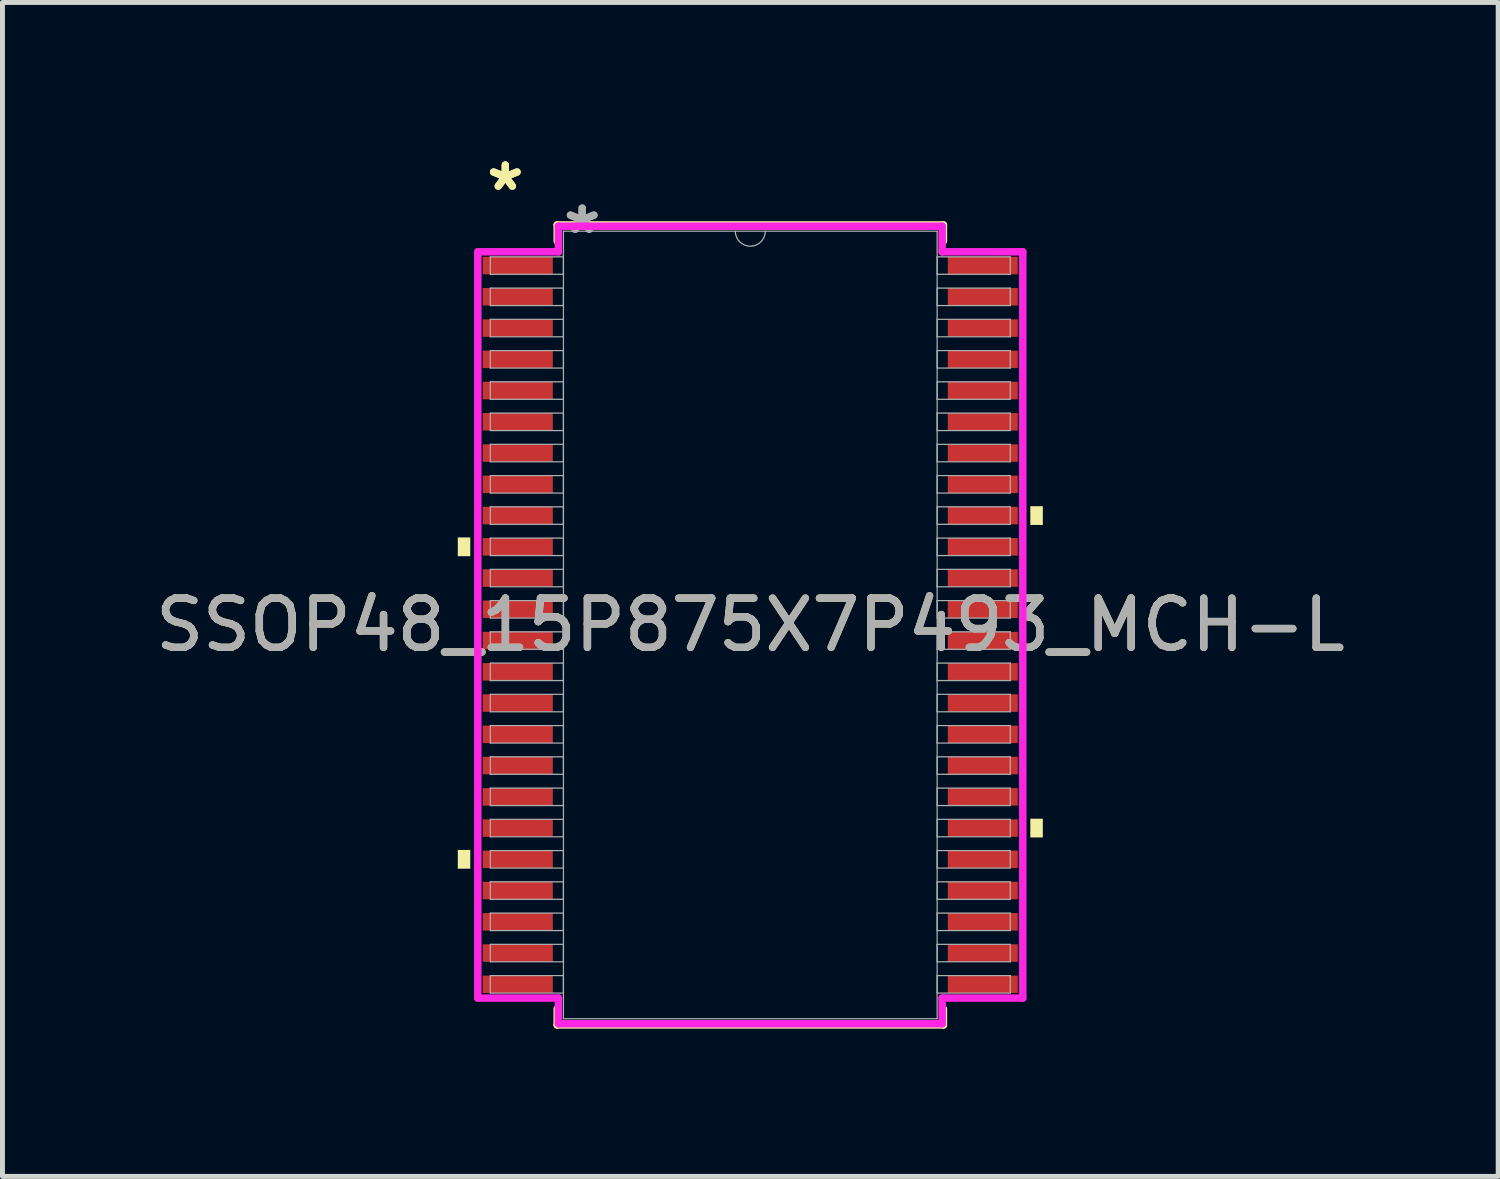
<source format=kicad_pcb>
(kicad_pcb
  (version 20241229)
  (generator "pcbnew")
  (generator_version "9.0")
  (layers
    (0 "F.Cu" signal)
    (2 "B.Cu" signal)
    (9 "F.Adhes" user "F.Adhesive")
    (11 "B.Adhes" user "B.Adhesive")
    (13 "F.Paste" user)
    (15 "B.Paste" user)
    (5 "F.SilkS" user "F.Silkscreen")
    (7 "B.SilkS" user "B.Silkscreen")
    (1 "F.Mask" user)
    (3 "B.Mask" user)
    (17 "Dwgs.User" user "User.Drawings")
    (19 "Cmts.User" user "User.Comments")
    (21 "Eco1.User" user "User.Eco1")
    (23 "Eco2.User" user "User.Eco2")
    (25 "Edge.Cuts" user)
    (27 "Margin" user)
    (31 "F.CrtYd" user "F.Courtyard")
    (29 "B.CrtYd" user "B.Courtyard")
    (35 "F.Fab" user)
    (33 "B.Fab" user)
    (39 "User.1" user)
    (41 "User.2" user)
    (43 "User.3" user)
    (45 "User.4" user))
  (footprint "SSOP48_15P875X7P493_MCH-L"
    (layer "F.Cu")
    (at 12.196 9.649)
    (property "Reference" "SSOP48_15P875X7P493_MCH-L" (at 0 0 0) (unlocked yes) (layer "F.SilkS") (effects (font (size 1 1) (thickness 0.15))))
    (attr smd)
    (fp_line (start -3.924 -8.128) (end -3.924 -7.801) (stroke (width 0.152) (type solid)) (layer "F.SilkS"))
    (fp_line (start -3.924 7.801) (end -3.924 8.128) (stroke (width 0.152) (type solid)) (layer "F.SilkS"))
    (fp_line (start -3.924 8.128) (end 3.924 8.128) (stroke (width 0.152) (type solid)) (layer "F.SilkS"))
    (fp_line (start 3.924 -8.128) (end -3.924 -8.128) (stroke (width 0.152) (type solid)) (layer "F.SilkS"))
    (fp_line (start 3.924 -7.801) (end 3.924 -8.128) (stroke (width 0.152) (type solid)) (layer "F.SilkS"))
    (fp_line (start 3.924 8.128) (end 3.924 7.801) (stroke (width 0.152) (type solid)) (layer "F.SilkS"))
    (fp_poly (pts (xy -5.944 -1.778) (xy -5.944 -1.397) (xy -5.69 -1.397) (xy -5.69 -1.778)) (stroke (width 0) (type solid)) (fill yes) (layer "F.SilkS"))
    (fp_poly (pts (xy -5.944 4.572) (xy -5.944 4.953) (xy -5.69 4.953) (xy -5.69 4.572)) (stroke (width 0) (type solid)) (fill yes) (layer "F.SilkS"))
    (fp_poly (pts (xy 5.944 -2.413) (xy 5.944 -2.032) (xy 5.69 -2.032) (xy 5.69 -2.413)) (stroke (width 0) (type solid)) (fill yes) (layer "F.SilkS"))
    (fp_poly (pts (xy 5.944 3.937) (xy 5.944 4.318) (xy 5.69 4.318) (xy 5.69 3.937)) (stroke (width 0) (type solid)) (fill yes) (layer "F.SilkS"))
    (fp_line (start -5.537 -7.582) (end -3.899 -7.582) (stroke (width 0.152) (type solid)) (layer "F.CrtYd"))
    (fp_line (start -5.537 7.582) (end -5.537 -7.582) (stroke (width 0.152) (type solid)) (layer "F.CrtYd"))
    (fp_line (start -5.537 7.582) (end -3.899 7.582) (stroke (width 0.152) (type solid)) (layer "F.CrtYd"))
    (fp_line (start -3.899 -8.103) (end 3.899 -8.103) (stroke (width 0.152) (type solid)) (layer "F.CrtYd"))
    (fp_line (start -3.899 -7.582) (end -3.899 -8.103) (stroke (width 0.152) (type solid)) (layer "F.CrtYd"))
    (fp_line (start -3.899 8.103) (end -3.899 7.582) (stroke (width 0.152) (type solid)) (layer "F.CrtYd"))
    (fp_line (start 3.899 -8.103) (end 3.899 -7.582) (stroke (width 0.152) (type solid)) (layer "F.CrtYd"))
    (fp_line (start 3.899 7.582) (end 3.899 8.103) (stroke (width 0.152) (type solid)) (layer "F.CrtYd"))
    (fp_line (start 3.899 8.103) (end -3.899 8.103) (stroke (width 0.152) (type solid)) (layer "F.CrtYd"))
    (fp_line (start 5.537 -7.582) (end 3.899 -7.582) (stroke (width 0.152) (type solid)) (layer "F.CrtYd"))
    (fp_line (start 5.537 -7.582) (end 5.537 7.582) (stroke (width 0.152) (type solid)) (layer "F.CrtYd"))
    (fp_line (start 5.537 7.582) (end 3.899 7.582) (stroke (width 0.152) (type solid)) (layer "F.CrtYd"))
    (fp_line (start -5.283 -7.48) (end -5.283 -7.125) (stroke (width 0.025) (type solid)) (layer "F.Fab"))
    (fp_line (start -5.283 -7.125) (end -3.797 -7.125) (stroke (width 0.025) (type solid)) (layer "F.Fab"))
    (fp_line (start -5.283 -6.845) (end -5.283 -6.49) (stroke (width 0.025) (type solid)) (layer "F.Fab"))
    (fp_line (start -5.283 -6.49) (end -3.797 -6.49) (stroke (width 0.025) (type solid)) (layer "F.Fab"))
    (fp_line (start -5.283 -6.21) (end -5.283 -5.855) (stroke (width 0.025) (type solid)) (layer "F.Fab"))
    (fp_line (start -5.283 -5.855) (end -3.797 -5.855) (stroke (width 0.025) (type solid)) (layer "F.Fab"))
    (fp_line (start -5.283 -5.575) (end -5.283 -5.22) (stroke (width 0.025) (type solid)) (layer "F.Fab"))
    (fp_line (start -5.283 -5.22) (end -3.797 -5.22) (stroke (width 0.025) (type solid)) (layer "F.Fab"))
    (fp_line (start -5.283 -4.94) (end -5.283 -4.585) (stroke (width 0.025) (type solid)) (layer "F.Fab"))
    (fp_line (start -5.283 -4.585) (end -3.797 -4.585) (stroke (width 0.025) (type solid)) (layer "F.Fab"))
    (fp_line (start -5.283 -4.305) (end -5.283 -3.95) (stroke (width 0.025) (type solid)) (layer "F.Fab"))
    (fp_line (start -5.283 -3.95) (end -3.797 -3.95) (stroke (width 0.025) (type solid)) (layer "F.Fab"))
    (fp_line (start -5.283 -3.67) (end -5.283 -3.315) (stroke (width 0.025) (type solid)) (layer "F.Fab"))
    (fp_line (start -5.283 -3.315) (end -3.797 -3.315) (stroke (width 0.025) (type solid)) (layer "F.Fab"))
    (fp_line (start -5.283 -3.035) (end -5.283 -2.68) (stroke (width 0.025) (type solid)) (layer "F.Fab"))
    (fp_line (start -5.283 -2.68) (end -3.797 -2.68) (stroke (width 0.025) (type solid)) (layer "F.Fab"))
    (fp_line (start -5.283 -2.4) (end -5.283 -2.045) (stroke (width 0.025) (type solid)) (layer "F.Fab"))
    (fp_line (start -5.283 -2.045) (end -3.797 -2.045) (stroke (width 0.025) (type solid)) (layer "F.Fab"))
    (fp_line (start -5.283 -1.765) (end -5.283 -1.41) (stroke (width 0.025) (type solid)) (layer "F.Fab"))
    (fp_line (start -5.283 -1.41) (end -3.797 -1.41) (stroke (width 0.025) (type solid)) (layer "F.Fab"))
    (fp_line (start -5.283 -1.13) (end -5.283 -0.775) (stroke (width 0.025) (type solid)) (layer "F.Fab"))
    (fp_line (start -5.283 -0.775) (end -3.797 -0.775) (stroke (width 0.025) (type solid)) (layer "F.Fab"))
    (fp_line (start -5.283 -0.495) (end -5.283 -0.14) (stroke (width 0.025) (type solid)) (layer "F.Fab"))
    (fp_line (start -5.283 -0.14) (end -3.797 -0.14) (stroke (width 0.025) (type solid)) (layer "F.Fab"))
    (fp_line (start -5.283 0.14) (end -5.283 0.495) (stroke (width 0.025) (type solid)) (layer "F.Fab"))
    (fp_line (start -5.283 0.495) (end -3.797 0.495) (stroke (width 0.025) (type solid)) (layer "F.Fab"))
    (fp_line (start -5.283 0.775) (end -5.283 1.13) (stroke (width 0.025) (type solid)) (layer "F.Fab"))
    (fp_line (start -5.283 1.13) (end -3.797 1.13) (stroke (width 0.025) (type solid)) (layer "F.Fab"))
    (fp_line (start -5.283 1.41) (end -5.283 1.765) (stroke (width 0.025) (type solid)) (layer "F.Fab"))
    (fp_line (start -5.283 1.765) (end -3.797 1.765) (stroke (width 0.025) (type solid)) (layer "F.Fab"))
    (fp_line (start -5.283 2.045) (end -5.283 2.4) (stroke (width 0.025) (type solid)) (layer "F.Fab"))
    (fp_line (start -5.283 2.4) (end -3.797 2.4) (stroke (width 0.025) (type solid)) (layer "F.Fab"))
    (fp_line (start -5.283 2.68) (end -5.283 3.035) (stroke (width 0.025) (type solid)) (layer "F.Fab"))
    (fp_line (start -5.283 3.035) (end -3.797 3.035) (stroke (width 0.025) (type solid)) (layer "F.Fab"))
    (fp_line (start -5.283 3.315) (end -5.283 3.67) (stroke (width 0.025) (type solid)) (layer "F.Fab"))
    (fp_line (start -5.283 3.67) (end -3.797 3.67) (stroke (width 0.025) (type solid)) (layer "F.Fab"))
    (fp_line (start -5.283 3.95) (end -5.283 4.305) (stroke (width 0.025) (type solid)) (layer "F.Fab"))
    (fp_line (start -5.283 4.305) (end -3.797 4.305) (stroke (width 0.025) (type solid)) (layer "F.Fab"))
    (fp_line (start -5.283 4.585) (end -5.283 4.94) (stroke (width 0.025) (type solid)) (layer "F.Fab"))
    (fp_line (start -5.283 4.94) (end -3.797 4.94) (stroke (width 0.025) (type solid)) (layer "F.Fab"))
    (fp_line (start -5.283 5.22) (end -5.283 5.575) (stroke (width 0.025) (type solid)) (layer "F.Fab"))
    (fp_line (start -5.283 5.575) (end -3.797 5.575) (stroke (width 0.025) (type solid)) (layer "F.Fab"))
    (fp_line (start -5.283 5.855) (end -5.283 6.21) (stroke (width 0.025) (type solid)) (layer "F.Fab"))
    (fp_line (start -5.283 6.21) (end -3.797 6.21) (stroke (width 0.025) (type solid)) (layer "F.Fab"))
    (fp_line (start -5.283 6.49) (end -5.283 6.845) (stroke (width 0.025) (type solid)) (layer "F.Fab"))
    (fp_line (start -5.283 6.845) (end -3.797 6.845) (stroke (width 0.025) (type solid)) (layer "F.Fab"))
    (fp_line (start -5.283 7.125) (end -5.283 7.48) (stroke (width 0.025) (type solid)) (layer "F.Fab"))
    (fp_line (start -5.283 7.48) (end -3.797 7.48) (stroke (width 0.025) (type solid)) (layer "F.Fab"))
    (fp_line (start -3.797 -8.001) (end -3.797 8.001) (stroke (width 0.025) (type solid)) (layer "F.Fab"))
    (fp_line (start -3.797 -7.48) (end -5.283 -7.48) (stroke (width 0.025) (type solid)) (layer "F.Fab"))
    (fp_line (start -3.797 -7.125) (end -3.797 -7.48) (stroke (width 0.025) (type solid)) (layer "F.Fab"))
    (fp_line (start -3.797 -6.845) (end -5.283 -6.845) (stroke (width 0.025) (type solid)) (layer "F.Fab"))
    (fp_line (start -3.797 -6.49) (end -3.797 -6.845) (stroke (width 0.025) (type solid)) (layer "F.Fab"))
    (fp_line (start -3.797 -6.21) (end -5.283 -6.21) (stroke (width 0.025) (type solid)) (layer "F.Fab"))
    (fp_line (start -3.797 -5.855) (end -3.797 -6.21) (stroke (width 0.025) (type solid)) (layer "F.Fab"))
    (fp_line (start -3.797 -5.575) (end -5.283 -5.575) (stroke (width 0.025) (type solid)) (layer "F.Fab"))
    (fp_line (start -3.797 -5.22) (end -3.797 -5.575) (stroke (width 0.025) (type solid)) (layer "F.Fab"))
    (fp_line (start -3.797 -4.94) (end -5.283 -4.94) (stroke (width 0.025) (type solid)) (layer "F.Fab"))
    (fp_line (start -3.797 -4.585) (end -3.797 -4.94) (stroke (width 0.025) (type solid)) (layer "F.Fab"))
    (fp_line (start -3.797 -4.305) (end -5.283 -4.305) (stroke (width 0.025) (type solid)) (layer "F.Fab"))
    (fp_line (start -3.797 -3.95) (end -3.797 -4.305) (stroke (width 0.025) (type solid)) (layer "F.Fab"))
    (fp_line (start -3.797 -3.67) (end -5.283 -3.67) (stroke (width 0.025) (type solid)) (layer "F.Fab"))
    (fp_line (start -3.797 -3.315) (end -3.797 -3.67) (stroke (width 0.025) (type solid)) (layer "F.Fab"))
    (fp_line (start -3.797 -3.035) (end -5.283 -3.035) (stroke (width 0.025) (type solid)) (layer "F.Fab"))
    (fp_line (start -3.797 -2.68) (end -3.797 -3.035) (stroke (width 0.025) (type solid)) (layer "F.Fab"))
    (fp_line (start -3.797 -2.4) (end -5.283 -2.4) (stroke (width 0.025) (type solid)) (layer "F.Fab"))
    (fp_line (start -3.797 -2.045) (end -3.797 -2.4) (stroke (width 0.025) (type solid)) (layer "F.Fab"))
    (fp_line (start -3.797 -1.765) (end -5.283 -1.765) (stroke (width 0.025) (type solid)) (layer "F.Fab"))
    (fp_line (start -3.797 -1.41) (end -3.797 -1.765) (stroke (width 0.025) (type solid)) (layer "F.Fab"))
    (fp_line (start -3.797 -1.13) (end -5.283 -1.13) (stroke (width 0.025) (type solid)) (layer "F.Fab"))
    (fp_line (start -3.797 -0.775) (end -3.797 -1.13) (stroke (width 0.025) (type solid)) (layer "F.Fab"))
    (fp_line (start -3.797 -0.495) (end -5.283 -0.495) (stroke (width 0.025) (type solid)) (layer "F.Fab"))
    (fp_line (start -3.797 -0.14) (end -3.797 -0.495) (stroke (width 0.025) (type solid)) (layer "F.Fab"))
    (fp_line (start -3.797 0.14) (end -5.283 0.14) (stroke (width 0.025) (type solid)) (layer "F.Fab"))
    (fp_line (start -3.797 0.495) (end -3.797 0.14) (stroke (width 0.025) (type solid)) (layer "F.Fab"))
    (fp_line (start -3.797 0.775) (end -5.283 0.775) (stroke (width 0.025) (type solid)) (layer "F.Fab"))
    (fp_line (start -3.797 1.13) (end -3.797 0.775) (stroke (width 0.025) (type solid)) (layer "F.Fab"))
    (fp_line (start -3.797 1.41) (end -5.283 1.41) (stroke (width 0.025) (type solid)) (layer "F.Fab"))
    (fp_line (start -3.797 1.765) (end -3.797 1.41) (stroke (width 0.025) (type solid)) (layer "F.Fab"))
    (fp_line (start -3.797 2.045) (end -5.283 2.045) (stroke (width 0.025) (type solid)) (layer "F.Fab"))
    (fp_line (start -3.797 2.4) (end -3.797 2.045) (stroke (width 0.025) (type solid)) (layer "F.Fab"))
    (fp_line (start -3.797 2.68) (end -5.283 2.68) (stroke (width 0.025) (type solid)) (layer "F.Fab"))
    (fp_line (start -3.797 3.035) (end -3.797 2.68) (stroke (width 0.025) (type solid)) (layer "F.Fab"))
    (fp_line (start -3.797 3.315) (end -5.283 3.315) (stroke (width 0.025) (type solid)) (layer "F.Fab"))
    (fp_line (start -3.797 3.67) (end -3.797 3.315) (stroke (width 0.025) (type solid)) (layer "F.Fab"))
    (fp_line (start -3.797 3.95) (end -5.283 3.95) (stroke (width 0.025) (type solid)) (layer "F.Fab"))
    (fp_line (start -3.797 4.305) (end -3.797 3.95) (stroke (width 0.025) (type solid)) (layer "F.Fab"))
    (fp_line (start -3.797 4.585) (end -5.283 4.585) (stroke (width 0.025) (type solid)) (layer "F.Fab"))
    (fp_line (start -3.797 4.94) (end -3.797 4.585) (stroke (width 0.025) (type solid)) (layer "F.Fab"))
    (fp_line (start -3.797 5.22) (end -5.283 5.22) (stroke (width 0.025) (type solid)) (layer "F.Fab"))
    (fp_line (start -3.797 5.575) (end -3.797 5.22) (stroke (width 0.025) (type solid)) (layer "F.Fab"))
    (fp_line (start -3.797 5.855) (end -5.283 5.855) (stroke (width 0.025) (type solid)) (layer "F.Fab"))
    (fp_line (start -3.797 6.21) (end -3.797 5.855) (stroke (width 0.025) (type solid)) (layer "F.Fab"))
    (fp_line (start -3.797 6.49) (end -5.283 6.49) (stroke (width 0.025) (type solid)) (layer "F.Fab"))
    (fp_line (start -3.797 6.845) (end -3.797 6.49) (stroke (width 0.025) (type solid)) (layer "F.Fab"))
    (fp_line (start -3.797 7.125) (end -5.283 7.125) (stroke (width 0.025) (type solid)) (layer "F.Fab"))
    (fp_line (start -3.797 7.48) (end -3.797 7.125) (stroke (width 0.025) (type solid)) (layer "F.Fab"))
    (fp_line (start -3.797 8.001) (end 3.797 8.001) (stroke (width 0.025) (type solid)) (layer "F.Fab"))
    (fp_line (start 3.797 -8.001) (end -3.797 -8.001) (stroke (width 0.025) (type solid)) (layer "F.Fab"))
    (fp_line (start 3.797 -7.48) (end 3.797 -7.125) (stroke (width 0.025) (type solid)) (layer "F.Fab"))
    (fp_line (start 3.797 -7.125) (end 5.283 -7.125) (stroke (width 0.025) (type solid)) (layer "F.Fab"))
    (fp_line (start 3.797 -6.845) (end 3.797 -6.49) (stroke (width 0.025) (type solid)) (layer "F.Fab"))
    (fp_line (start 3.797 -6.49) (end 5.283 -6.49) (stroke (width 0.025) (type solid)) (layer "F.Fab"))
    (fp_line (start 3.797 -6.21) (end 3.797 -5.855) (stroke (width 0.025) (type solid)) (layer "F.Fab"))
    (fp_line (start 3.797 -5.855) (end 5.283 -5.855) (stroke (width 0.025) (type solid)) (layer "F.Fab"))
    (fp_line (start 3.797 -5.575) (end 3.797 -5.22) (stroke (width 0.025) (type solid)) (layer "F.Fab"))
    (fp_line (start 3.797 -5.22) (end 5.283 -5.22) (stroke (width 0.025) (type solid)) (layer "F.Fab"))
    (fp_line (start 3.797 -4.94) (end 3.797 -4.585) (stroke (width 0.025) (type solid)) (layer "F.Fab"))
    (fp_line (start 3.797 -4.585) (end 5.283 -4.585) (stroke (width 0.025) (type solid)) (layer "F.Fab"))
    (fp_line (start 3.797 -4.305) (end 3.797 -3.95) (stroke (width 0.025) (type solid)) (layer "F.Fab"))
    (fp_line (start 3.797 -3.95) (end 5.283 -3.95) (stroke (width 0.025) (type solid)) (layer "F.Fab"))
    (fp_line (start 3.797 -3.67) (end 3.797 -3.315) (stroke (width 0.025) (type solid)) (layer "F.Fab"))
    (fp_line (start 3.797 -3.315) (end 5.283 -3.315) (stroke (width 0.025) (type solid)) (layer "F.Fab"))
    (fp_line (start 3.797 -3.035) (end 3.797 -2.68) (stroke (width 0.025) (type solid)) (layer "F.Fab"))
    (fp_line (start 3.797 -2.68) (end 5.283 -2.68) (stroke (width 0.025) (type solid)) (layer "F.Fab"))
    (fp_line (start 3.797 -2.4) (end 3.797 -2.045) (stroke (width 0.025) (type solid)) (layer "F.Fab"))
    (fp_line (start 3.797 -2.045) (end 5.283 -2.045) (stroke (width 0.025) (type solid)) (layer "F.Fab"))
    (fp_line (start 3.797 -1.765) (end 3.797 -1.41) (stroke (width 0.025) (type solid)) (layer "F.Fab"))
    (fp_line (start 3.797 -1.41) (end 5.283 -1.41) (stroke (width 0.025) (type solid)) (layer "F.Fab"))
    (fp_line (start 3.797 -1.13) (end 3.797 -0.775) (stroke (width 0.025) (type solid)) (layer "F.Fab"))
    (fp_line (start 3.797 -0.775) (end 5.283 -0.775) (stroke (width 0.025) (type solid)) (layer "F.Fab"))
    (fp_line (start 3.797 -0.495) (end 3.797 -0.14) (stroke (width 0.025) (type solid)) (layer "F.Fab"))
    (fp_line (start 3.797 -0.14) (end 5.283 -0.14) (stroke (width 0.025) (type solid)) (layer "F.Fab"))
    (fp_line (start 3.797 0.14) (end 3.797 0.495) (stroke (width 0.025) (type solid)) (layer "F.Fab"))
    (fp_line (start 3.797 0.495) (end 5.283 0.495) (stroke (width 0.025) (type solid)) (layer "F.Fab"))
    (fp_line (start 3.797 0.775) (end 3.797 1.13) (stroke (width 0.025) (type solid)) (layer "F.Fab"))
    (fp_line (start 3.797 1.13) (end 5.283 1.13) (stroke (width 0.025) (type solid)) (layer "F.Fab"))
    (fp_line (start 3.797 1.41) (end 3.797 1.765) (stroke (width 0.025) (type solid)) (layer "F.Fab"))
    (fp_line (start 3.797 1.765) (end 5.283 1.765) (stroke (width 0.025) (type solid)) (layer "F.Fab"))
    (fp_line (start 3.797 2.045) (end 3.797 2.4) (stroke (width 0.025) (type solid)) (layer "F.Fab"))
    (fp_line (start 3.797 2.4) (end 5.283 2.4) (stroke (width 0.025) (type solid)) (layer "F.Fab"))
    (fp_line (start 3.797 2.68) (end 3.797 3.035) (stroke (width 0.025) (type solid)) (layer "F.Fab"))
    (fp_line (start 3.797 3.035) (end 5.283 3.035) (stroke (width 0.025) (type solid)) (layer "F.Fab"))
    (fp_line (start 3.797 3.315) (end 3.797 3.67) (stroke (width 0.025) (type solid)) (layer "F.Fab"))
    (fp_line (start 3.797 3.67) (end 5.283 3.67) (stroke (width 0.025) (type solid)) (layer "F.Fab"))
    (fp_line (start 3.797 3.95) (end 3.797 4.305) (stroke (width 0.025) (type solid)) (layer "F.Fab"))
    (fp_line (start 3.797 4.305) (end 5.283 4.305) (stroke (width 0.025) (type solid)) (layer "F.Fab"))
    (fp_line (start 3.797 4.585) (end 3.797 4.94) (stroke (width 0.025) (type solid)) (layer "F.Fab"))
    (fp_line (start 3.797 4.94) (end 5.283 4.94) (stroke (width 0.025) (type solid)) (layer "F.Fab"))
    (fp_line (start 3.797 5.22) (end 3.797 5.575) (stroke (width 0.025) (type solid)) (layer "F.Fab"))
    (fp_line (start 3.797 5.575) (end 5.283 5.575) (stroke (width 0.025) (type solid)) (layer "F.Fab"))
    (fp_line (start 3.797 5.855) (end 3.797 6.21) (stroke (width 0.025) (type solid)) (layer "F.Fab"))
    (fp_line (start 3.797 6.21) (end 5.283 6.21) (stroke (width 0.025) (type solid)) (layer "F.Fab"))
    (fp_line (start 3.797 6.49) (end 3.797 6.845) (stroke (width 0.025) (type solid)) (layer "F.Fab"))
    (fp_line (start 3.797 6.845) (end 5.283 6.845) (stroke (width 0.025) (type solid)) (layer "F.Fab"))
    (fp_line (start 3.797 7.125) (end 3.797 7.48) (stroke (width 0.025) (type solid)) (layer "F.Fab"))
    (fp_line (start 3.797 7.48) (end 5.283 7.48) (stroke (width 0.025) (type solid)) (layer "F.Fab"))
    (fp_line (start 3.797 8.001) (end 3.797 -8.001) (stroke (width 0.025) (type solid)) (layer "F.Fab"))
    (fp_line (start 5.283 -7.48) (end 3.797 -7.48) (stroke (width 0.025) (type solid)) (layer "F.Fab"))
    (fp_line (start 5.283 -7.125) (end 5.283 -7.48) (stroke (width 0.025) (type solid)) (layer "F.Fab"))
    (fp_line (start 5.283 -6.845) (end 3.797 -6.845) (stroke (width 0.025) (type solid)) (layer "F.Fab"))
    (fp_line (start 5.283 -6.49) (end 5.283 -6.845) (stroke (width 0.025) (type solid)) (layer "F.Fab"))
    (fp_line (start 5.283 -6.21) (end 3.797 -6.21) (stroke (width 0.025) (type solid)) (layer "F.Fab"))
    (fp_line (start 5.283 -5.855) (end 5.283 -6.21) (stroke (width 0.025) (type solid)) (layer "F.Fab"))
    (fp_line (start 5.283 -5.575) (end 3.797 -5.575) (stroke (width 0.025) (type solid)) (layer "F.Fab"))
    (fp_line (start 5.283 -5.22) (end 5.283 -5.575) (stroke (width 0.025) (type solid)) (layer "F.Fab"))
    (fp_line (start 5.283 -4.94) (end 3.797 -4.94) (stroke (width 0.025) (type solid)) (layer "F.Fab"))
    (fp_line (start 5.283 -4.585) (end 5.283 -4.94) (stroke (width 0.025) (type solid)) (layer "F.Fab"))
    (fp_line (start 5.283 -4.305) (end 3.797 -4.305) (stroke (width 0.025) (type solid)) (layer "F.Fab"))
    (fp_line (start 5.283 -3.95) (end 5.283 -4.305) (stroke (width 0.025) (type solid)) (layer "F.Fab"))
    (fp_line (start 5.283 -3.67) (end 3.797 -3.67) (stroke (width 0.025) (type solid)) (layer "F.Fab"))
    (fp_line (start 5.283 -3.315) (end 5.283 -3.67) (stroke (width 0.025) (type solid)) (layer "F.Fab"))
    (fp_line (start 5.283 -3.035) (end 3.797 -3.035) (stroke (width 0.025) (type solid)) (layer "F.Fab"))
    (fp_line (start 5.283 -2.68) (end 5.283 -3.035) (stroke (width 0.025) (type solid)) (layer "F.Fab"))
    (fp_line (start 5.283 -2.4) (end 3.797 -2.4) (stroke (width 0.025) (type solid)) (layer "F.Fab"))
    (fp_line (start 5.283 -2.045) (end 5.283 -2.4) (stroke (width 0.025) (type solid)) (layer "F.Fab"))
    (fp_line (start 5.283 -1.765) (end 3.797 -1.765) (stroke (width 0.025) (type solid)) (layer "F.Fab"))
    (fp_line (start 5.283 -1.41) (end 5.283 -1.765) (stroke (width 0.025) (type solid)) (layer "F.Fab"))
    (fp_line (start 5.283 -1.13) (end 3.797 -1.13) (stroke (width 0.025) (type solid)) (layer "F.Fab"))
    (fp_line (start 5.283 -0.775) (end 5.283 -1.13) (stroke (width 0.025) (type solid)) (layer "F.Fab"))
    (fp_line (start 5.283 -0.495) (end 3.797 -0.495) (stroke (width 0.025) (type solid)) (layer "F.Fab"))
    (fp_line (start 5.283 -0.14) (end 5.283 -0.495) (stroke (width 0.025) (type solid)) (layer "F.Fab"))
    (fp_line (start 5.283 0.14) (end 3.797 0.14) (stroke (width 0.025) (type solid)) (layer "F.Fab"))
    (fp_line (start 5.283 0.495) (end 5.283 0.14) (stroke (width 0.025) (type solid)) (layer "F.Fab"))
    (fp_line (start 5.283 0.775) (end 3.797 0.775) (stroke (width 0.025) (type solid)) (layer "F.Fab"))
    (fp_line (start 5.283 1.13) (end 5.283 0.775) (stroke (width 0.025) (type solid)) (layer "F.Fab"))
    (fp_line (start 5.283 1.41) (end 3.797 1.41) (stroke (width 0.025) (type solid)) (layer "F.Fab"))
    (fp_line (start 5.283 1.765) (end 5.283 1.41) (stroke (width 0.025) (type solid)) (layer "F.Fab"))
    (fp_line (start 5.283 2.045) (end 3.797 2.045) (stroke (width 0.025) (type solid)) (layer "F.Fab"))
    (fp_line (start 5.283 2.4) (end 5.283 2.045) (stroke (width 0.025) (type solid)) (layer "F.Fab"))
    (fp_line (start 5.283 2.68) (end 3.797 2.68) (stroke (width 0.025) (type solid)) (layer "F.Fab"))
    (fp_line (start 5.283 3.035) (end 5.283 2.68) (stroke (width 0.025) (type solid)) (layer "F.Fab"))
    (fp_line (start 5.283 3.315) (end 3.797 3.315) (stroke (width 0.025) (type solid)) (layer "F.Fab"))
    (fp_line (start 5.283 3.67) (end 5.283 3.315) (stroke (width 0.025) (type solid)) (layer "F.Fab"))
    (fp_line (start 5.283 3.95) (end 3.797 3.95) (stroke (width 0.025) (type solid)) (layer "F.Fab"))
    (fp_line (start 5.283 4.305) (end 5.283 3.95) (stroke (width 0.025) (type solid)) (layer "F.Fab"))
    (fp_line (start 5.283 4.585) (end 3.797 4.585) (stroke (width 0.025) (type solid)) (layer "F.Fab"))
    (fp_line (start 5.283 4.94) (end 5.283 4.585) (stroke (width 0.025) (type solid)) (layer "F.Fab"))
    (fp_line (start 5.283 5.22) (end 3.797 5.22) (stroke (width 0.025) (type solid)) (layer "F.Fab"))
    (fp_line (start 5.283 5.575) (end 5.283 5.22) (stroke (width 0.025) (type solid)) (layer "F.Fab"))
    (fp_line (start 5.283 5.855) (end 3.797 5.855) (stroke (width 0.025) (type solid)) (layer "F.Fab"))
    (fp_line (start 5.283 6.21) (end 5.283 5.855) (stroke (width 0.025) (type solid)) (layer "F.Fab"))
    (fp_line (start 5.283 6.49) (end 3.797 6.49) (stroke (width 0.025) (type solid)) (layer "F.Fab"))
    (fp_line (start 5.283 6.845) (end 5.283 6.49) (stroke (width 0.025) (type solid)) (layer "F.Fab"))
    (fp_line (start 5.283 7.125) (end 3.797 7.125) (stroke (width 0.025) (type solid)) (layer "F.Fab"))
    (fp_line (start 5.283 7.48) (end 5.283 7.125) (stroke (width 0.025) (type solid)) (layer "F.Fab"))
    (fp_arc (start 0.3048 -8.001) (mid 0 -7.6962) (end -0.3048 -8.001) (stroke (width 0.0254) (type solid)) (layer "F.Fab"))
    (fp_text user "*" (at -4.978 -8.801 0) (unlocked yes) (layer "F.SilkS") (effects (font (size 1 1) (thickness 0.15))))
    (fp_text user "*" (at -4.978 -8.801 0) (layer "F.SilkS") (effects (font (size 1 1) (thickness 0.15))))
    (fp_text user "*" (at -3.416 -7.925 0) (unlocked yes) (layer "F.Fab") (effects (font (size 1 1) (thickness 0.15))))
    (fp_text user "${REFERENCE}" (at 0 0 0) (unlocked yes) (layer "F.Fab") (effects (font (size 1 1) (thickness 0.15))))
    (fp_text user "*" (at -3.416 -7.925 0) (layer "F.Fab") (effects (font (size 1 1) (thickness 0.15))))
    (pad "1" smd rect (at -4.724 -7.303) (size 1.422 0.356) (layers "F.Cu" "F.Mask" "F.Paste"))
    (pad "2" smd rect (at -4.724 -6.668) (size 1.422 0.356) (layers "F.Cu" "F.Mask" "F.Paste"))
    (pad "3" smd rect (at -4.724 -6.032) (size 1.422 0.356) (layers "F.Cu" "F.Mask" "F.Paste"))
    (pad "4" smd rect (at -4.724 -5.397) (size 1.422 0.356) (layers "F.Cu" "F.Mask" "F.Paste"))
    (pad "5" smd rect (at -4.724 -4.763) (size 1.422 0.356) (layers "F.Cu" "F.Mask" "F.Paste"))
    (pad "6" smd rect (at -4.724 -4.128) (size 1.422 0.356) (layers "F.Cu" "F.Mask" "F.Paste"))
    (pad "7" smd rect (at -4.724 -3.493) (size 1.422 0.356) (layers "F.Cu" "F.Mask" "F.Paste"))
    (pad "8" smd rect (at -4.724 -2.857) (size 1.422 0.356) (layers "F.Cu" "F.Mask" "F.Paste"))
    (pad "9" smd rect (at -4.724 -2.223) (size 1.422 0.356) (layers "F.Cu" "F.Mask" "F.Paste"))
    (pad "10" smd rect (at -4.724 -1.587) (size 1.422 0.356) (layers "F.Cu" "F.Mask" "F.Paste"))
    (pad "11" smd rect (at -4.724 -0.953) (size 1.422 0.356) (layers "F.Cu" "F.Mask" "F.Paste"))
    (pad "12" smd rect (at -4.724 -0.318) (size 1.422 0.356) (layers "F.Cu" "F.Mask" "F.Paste"))
    (pad "13" smd rect (at -4.724 0.318) (size 1.422 0.356) (layers "F.Cu" "F.Mask" "F.Paste"))
    (pad "14" smd rect (at -4.724 0.953) (size 1.422 0.356) (layers "F.Cu" "F.Mask" "F.Paste"))
    (pad "15" smd rect (at -4.724 1.587) (size 1.422 0.356) (layers "F.Cu" "F.Mask" "F.Paste"))
    (pad "16" smd rect (at -4.724 2.223) (size 1.422 0.356) (layers "F.Cu" "F.Mask" "F.Paste"))
    (pad "17" smd rect (at -4.724 2.857) (size 1.422 0.356) (layers "F.Cu" "F.Mask" "F.Paste"))
    (pad "18" smd rect (at -4.724 3.493) (size 1.422 0.356) (layers "F.Cu" "F.Mask" "F.Paste"))
    (pad "19" smd rect (at -4.724 4.128) (size 1.422 0.356) (layers "F.Cu" "F.Mask" "F.Paste"))
    (pad "20" smd rect (at -4.724 4.763) (size 1.422 0.356) (layers "F.Cu" "F.Mask" "F.Paste"))
    (pad "21" smd rect (at -4.724 5.397) (size 1.422 0.356) (layers "F.Cu" "F.Mask" "F.Paste"))
    (pad "22" smd rect (at -4.724 6.032) (size 1.422 0.356) (layers "F.Cu" "F.Mask" "F.Paste"))
    (pad "23" smd rect (at -4.724 6.668) (size 1.422 0.356) (layers "F.Cu" "F.Mask" "F.Paste"))
    (pad "24" smd rect (at -4.724 7.303) (size 1.422 0.356) (layers "F.Cu" "F.Mask" "F.Paste"))
    (pad "25" smd rect (at 4.724 7.303) (size 1.422 0.356) (layers "F.Cu" "F.Mask" "F.Paste"))
    (pad "26" smd rect (at 4.724 6.668) (size 1.422 0.356) (layers "F.Cu" "F.Mask" "F.Paste"))
    (pad "27" smd rect (at 4.724 6.032) (size 1.422 0.356) (layers "F.Cu" "F.Mask" "F.Paste"))
    (pad "28" smd rect (at 4.724 5.397) (size 1.422 0.356) (layers "F.Cu" "F.Mask" "F.Paste"))
    (pad "29" smd rect (at 4.724 4.763) (size 1.422 0.356) (layers "F.Cu" "F.Mask" "F.Paste"))
    (pad "30" smd rect (at 4.724 4.128) (size 1.422 0.356) (layers "F.Cu" "F.Mask" "F.Paste"))
    (pad "31" smd rect (at 4.724 3.493) (size 1.422 0.356) (layers "F.Cu" "F.Mask" "F.Paste"))
    (pad "32" smd rect (at 4.724 2.857) (size 1.422 0.356) (layers "F.Cu" "F.Mask" "F.Paste"))
    (pad "33" smd rect (at 4.724 2.223) (size 1.422 0.356) (layers "F.Cu" "F.Mask" "F.Paste"))
    (pad "34" smd rect (at 4.724 1.587) (size 1.422 0.356) (layers "F.Cu" "F.Mask" "F.Paste"))
    (pad "35" smd rect (at 4.724 0.953) (size 1.422 0.356) (layers "F.Cu" "F.Mask" "F.Paste"))
    (pad "36" smd rect (at 4.724 0.318) (size 1.422 0.356) (layers "F.Cu" "F.Mask" "F.Paste"))
    (pad "37" smd rect (at 4.724 -0.318) (size 1.422 0.356) (layers "F.Cu" "F.Mask" "F.Paste"))
    (pad "38" smd rect (at 4.724 -0.953) (size 1.422 0.356) (layers "F.Cu" "F.Mask" "F.Paste"))
    (pad "39" smd rect (at 4.724 -1.587) (size 1.422 0.356) (layers "F.Cu" "F.Mask" "F.Paste"))
    (pad "40" smd rect (at 4.724 -2.223) (size 1.422 0.356) (layers "F.Cu" "F.Mask" "F.Paste"))
    (pad "41" smd rect (at 4.724 -2.857) (size 1.422 0.356) (layers "F.Cu" "F.Mask" "F.Paste"))
    (pad "42" smd rect (at 4.724 -3.493) (size 1.422 0.356) (layers "F.Cu" "F.Mask" "F.Paste"))
    (pad "43" smd rect (at 4.724 -4.128) (size 1.422 0.356) (layers "F.Cu" "F.Mask" "F.Paste"))
    (pad "44" smd rect (at 4.724 -4.763) (size 1.422 0.356) (layers "F.Cu" "F.Mask" "F.Paste"))
    (pad "45" smd rect (at 4.724 -5.397) (size 1.422 0.356) (layers "F.Cu" "F.Mask" "F.Paste"))
    (pad "46" smd rect (at 4.724 -6.032) (size 1.422 0.356) (layers "F.Cu" "F.Mask" "F.Paste"))
    (pad "47" smd rect (at 4.724 -6.668) (size 1.422 0.356) (layers "F.Cu" "F.Mask" "F.Paste"))
    (pad "48" smd rect (at 4.724 -7.303) (size 1.422 0.356) (layers "F.Cu" "F.Mask" "F.Paste")))
  (gr_rect
    (start -3 -3)
    (end 27.393 20.854)
    (stroke (width 0.1) (type default))
    (fill no)
    (layer "Edge.Cuts")))
</source>
